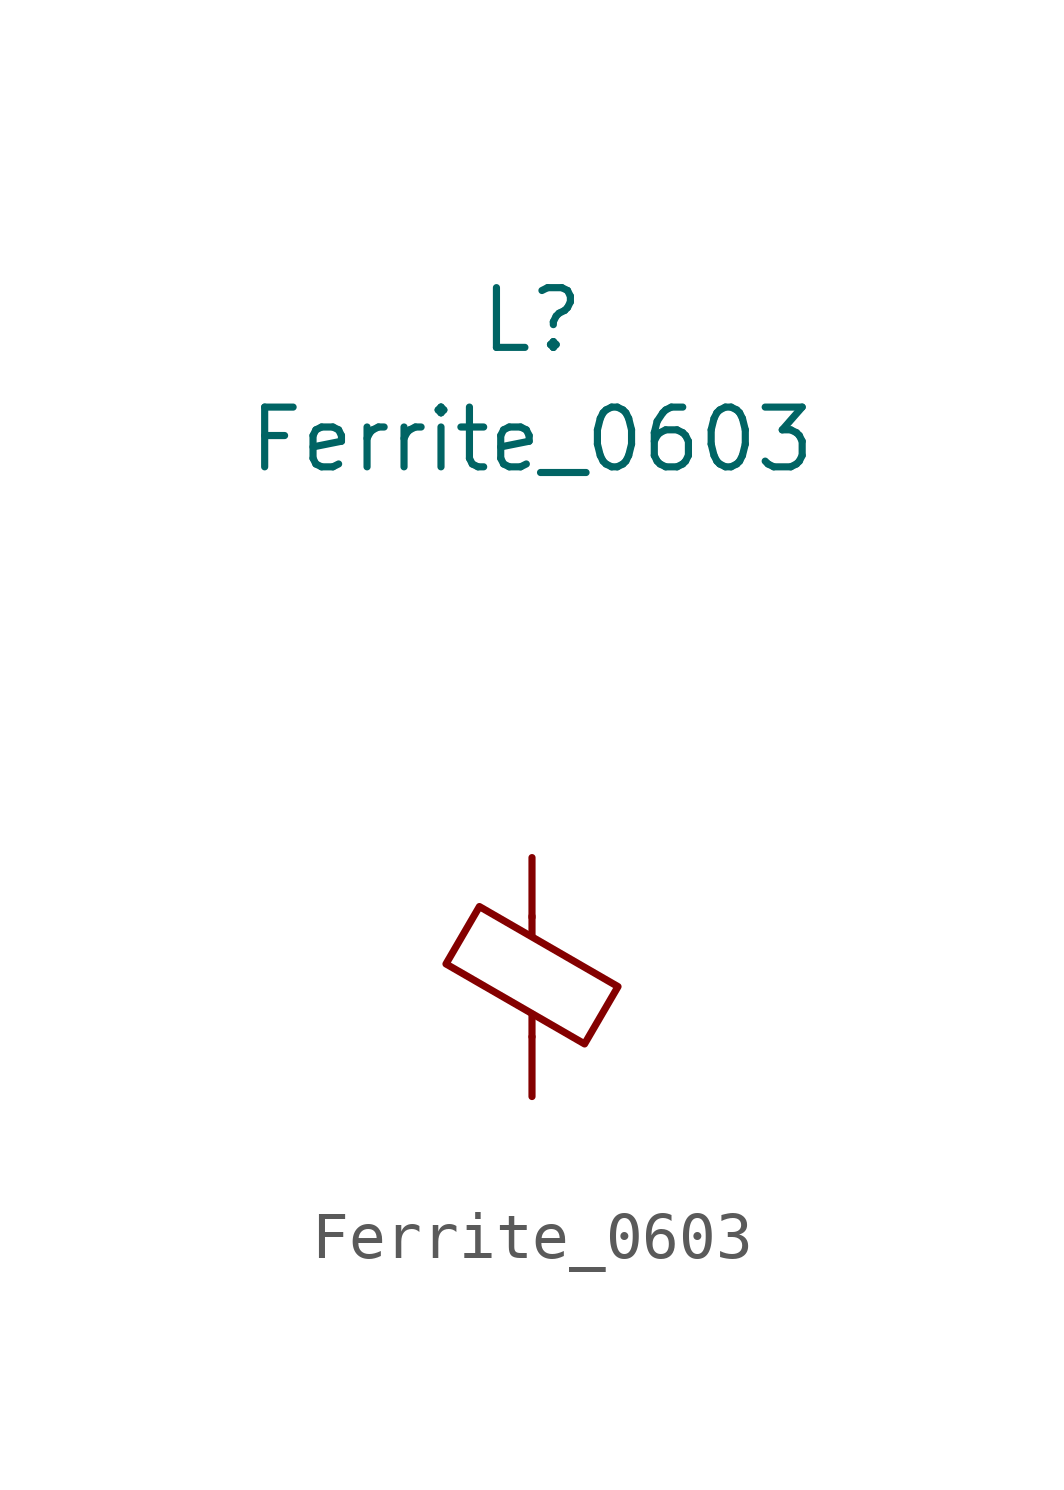
<source format=kicad_sym>
(kicad_symbol_lib
  (version 20211014)
  (generator kicad_symbol_editor)
  (symbol "Ferrite_0603"
    (pin_numbers hide)
    (pin_names
      (offset 1.016) hide)
    (property "Reference" "L"
      (at 0 13.97 0)
      (effects (font (size 1.27 1.27))))
    (property "Value" "Ferrite_0603"
      (at 0 11.43 0)
      (effects (font (size 1.27 1.27))))
    (symbol "Ferrite_0603_1_1"
      (polyline (pts (xy 0 -1.27) (xy 0 -0.787)) (stroke (width 0) (type default) (color 0 0 0 0)) (fill (type none)))
      (polyline (pts (xy 0 0.889) (xy 0 1.295)) (stroke (width 0) (type default) (color 0 0 0 0)) (fill (type none)))
      (polyline (pts (xy -1.829 0.279) (xy -1.118 1.499) (xy 1.829 -0.203) (xy 1.118 -1.422) (xy -1.829 0.279)) (stroke (width 0) (type default) (color 0 0 0 0)) (fill (type none)))
      (pin passive line (at 0 2.54 270) (length 1.27) (name "1" (effects (font (size 1.27 1.27)))) (number "1" (effects (font (size 1.27 1.27)))))
      (pin passive line (at 0 -2.54 90) (length 1.27) (name "2" (effects (font (size 1.27 1.27)))) (number "2" (effects (font (size 1.27 1.27))))))))
</source>
